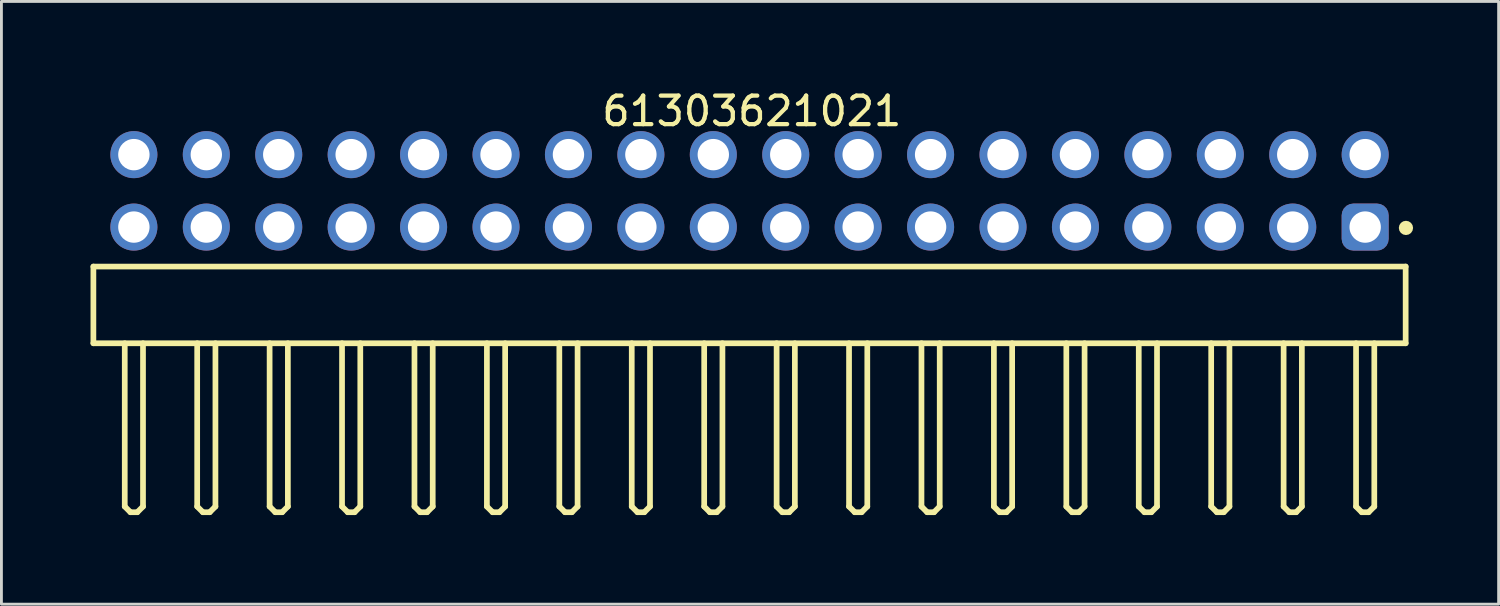
<source format=kicad_pcb>
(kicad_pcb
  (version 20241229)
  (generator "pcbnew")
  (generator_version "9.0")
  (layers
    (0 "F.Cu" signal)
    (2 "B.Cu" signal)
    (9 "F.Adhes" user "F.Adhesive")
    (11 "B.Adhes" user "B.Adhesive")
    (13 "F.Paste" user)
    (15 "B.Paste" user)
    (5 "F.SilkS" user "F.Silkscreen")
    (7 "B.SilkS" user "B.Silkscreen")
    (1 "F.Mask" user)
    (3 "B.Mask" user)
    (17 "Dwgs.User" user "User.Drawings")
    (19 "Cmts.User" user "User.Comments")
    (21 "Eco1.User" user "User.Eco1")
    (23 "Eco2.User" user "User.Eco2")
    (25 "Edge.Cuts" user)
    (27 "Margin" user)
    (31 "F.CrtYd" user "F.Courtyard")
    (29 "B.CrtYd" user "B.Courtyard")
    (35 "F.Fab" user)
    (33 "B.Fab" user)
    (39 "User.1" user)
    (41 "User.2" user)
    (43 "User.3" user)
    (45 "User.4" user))
  (footprint "61303621021"
    (layer "F.Cu")
    (at 23.235 7.643)
    (property "Reference" "61303621021" (at 0.08 -6.795 0) (layer "F.SilkS") (effects (font (size 1 1) (thickness 0.15))))
    (fp_line (start -23.01 -1.345) (end 23.01 -1.345) (stroke (width 0.2) (type solid)) (layer "F.SilkS"))
    (fp_line (start -23.01 1.345) (end -23.01 -1.345) (stroke (width 0.2) (type solid)) (layer "F.SilkS"))
    (fp_line (start -23.01 1.345) (end 23.01 1.345) (stroke (width 0.2) (type solid)) (layer "F.SilkS"))
    (fp_line (start -21.91 7.07) (end -21.91 1.345) (stroke (width 0.2) (type solid)) (layer "F.SilkS"))
    (fp_line (start -21.91 7.07) (end -21.71 7.27) (stroke (width 0.2) (type solid)) (layer "F.SilkS"))
    (fp_line (start -21.71 7.27) (end -21.47 7.27) (stroke (width 0.2) (type solid)) (layer "F.SilkS"))
    (fp_line (start -21.47 7.27) (end -21.27 7.07) (stroke (width 0.2) (type solid)) (layer "F.SilkS"))
    (fp_line (start -21.27 7.07) (end -21.27 1.345) (stroke (width 0.2) (type solid)) (layer "F.SilkS"))
    (fp_line (start -19.37 7.07) (end -19.37 1.345) (stroke (width 0.2) (type solid)) (layer "F.SilkS"))
    (fp_line (start -19.37 7.07) (end -19.17 7.27) (stroke (width 0.2) (type solid)) (layer "F.SilkS"))
    (fp_line (start -19.17 7.27) (end -18.93 7.27) (stroke (width 0.2) (type solid)) (layer "F.SilkS"))
    (fp_line (start -18.93 7.27) (end -18.73 7.07) (stroke (width 0.2) (type solid)) (layer "F.SilkS"))
    (fp_line (start -18.73 7.07) (end -18.73 1.345) (stroke (width 0.2) (type solid)) (layer "F.SilkS"))
    (fp_line (start -16.83 7.07) (end -16.83 1.345) (stroke (width 0.2) (type solid)) (layer "F.SilkS"))
    (fp_line (start -16.83 7.07) (end -16.63 7.27) (stroke (width 0.2) (type solid)) (layer "F.SilkS"))
    (fp_line (start -16.63 7.27) (end -16.39 7.27) (stroke (width 0.2) (type solid)) (layer "F.SilkS"))
    (fp_line (start -16.39 7.27) (end -16.19 7.07) (stroke (width 0.2) (type solid)) (layer "F.SilkS"))
    (fp_line (start -16.19 7.07) (end -16.19 1.345) (stroke (width 0.2) (type solid)) (layer "F.SilkS"))
    (fp_line (start -14.29 7.07) (end -14.29 1.345) (stroke (width 0.2) (type solid)) (layer "F.SilkS"))
    (fp_line (start -14.29 7.07) (end -14.09 7.27) (stroke (width 0.2) (type solid)) (layer "F.SilkS"))
    (fp_line (start -14.09 7.27) (end -13.85 7.27) (stroke (width 0.2) (type solid)) (layer "F.SilkS"))
    (fp_line (start -13.85 7.27) (end -13.65 7.07) (stroke (width 0.2) (type solid)) (layer "F.SilkS"))
    (fp_line (start -13.65 7.07) (end -13.65 1.345) (stroke (width 0.2) (type solid)) (layer "F.SilkS"))
    (fp_line (start -11.75 7.07) (end -11.75 1.345) (stroke (width 0.2) (type solid)) (layer "F.SilkS"))
    (fp_line (start -11.75 7.07) (end -11.55 7.27) (stroke (width 0.2) (type solid)) (layer "F.SilkS"))
    (fp_line (start -11.55 7.27) (end -11.31 7.27) (stroke (width 0.2) (type solid)) (layer "F.SilkS"))
    (fp_line (start -11.31 7.27) (end -11.11 7.07) (stroke (width 0.2) (type solid)) (layer "F.SilkS"))
    (fp_line (start -11.11 7.07) (end -11.11 1.345) (stroke (width 0.2) (type solid)) (layer "F.SilkS"))
    (fp_line (start -9.21 7.07) (end -9.21 1.345) (stroke (width 0.2) (type solid)) (layer "F.SilkS"))
    (fp_line (start -9.21 7.07) (end -9.01 7.27) (stroke (width 0.2) (type solid)) (layer "F.SilkS"))
    (fp_line (start -9.01 7.27) (end -8.77 7.27) (stroke (width 0.2) (type solid)) (layer "F.SilkS"))
    (fp_line (start -8.77 7.27) (end -8.57 7.07) (stroke (width 0.2) (type solid)) (layer "F.SilkS"))
    (fp_line (start -8.57 7.07) (end -8.57 1.345) (stroke (width 0.2) (type solid)) (layer "F.SilkS"))
    (fp_line (start -6.67 7.07) (end -6.67 1.345) (stroke (width 0.2) (type solid)) (layer "F.SilkS"))
    (fp_line (start -6.67 7.07) (end -6.47 7.27) (stroke (width 0.2) (type solid)) (layer "F.SilkS"))
    (fp_line (start -6.47 7.27) (end -6.23 7.27) (stroke (width 0.2) (type solid)) (layer "F.SilkS"))
    (fp_line (start -6.23 7.27) (end -6.03 7.07) (stroke (width 0.2) (type solid)) (layer "F.SilkS"))
    (fp_line (start -6.03 7.07) (end -6.03 1.345) (stroke (width 0.2) (type solid)) (layer "F.SilkS"))
    (fp_line (start -4.13 7.07) (end -4.13 1.345) (stroke (width 0.2) (type solid)) (layer "F.SilkS"))
    (fp_line (start -4.13 7.07) (end -3.93 7.27) (stroke (width 0.2) (type solid)) (layer "F.SilkS"))
    (fp_line (start -3.93 7.27) (end -3.69 7.27) (stroke (width 0.2) (type solid)) (layer "F.SilkS"))
    (fp_line (start -3.69 7.27) (end -3.49 7.07) (stroke (width 0.2) (type solid)) (layer "F.SilkS"))
    (fp_line (start -3.49 7.07) (end -3.49 1.345) (stroke (width 0.2) (type solid)) (layer "F.SilkS"))
    (fp_line (start -1.59 7.07) (end -1.59 1.345) (stroke (width 0.2) (type solid)) (layer "F.SilkS"))
    (fp_line (start -1.59 7.07) (end -1.39 7.27) (stroke (width 0.2) (type solid)) (layer "F.SilkS"))
    (fp_line (start -1.39 7.27) (end -1.15 7.27) (stroke (width 0.2) (type solid)) (layer "F.SilkS"))
    (fp_line (start -1.15 7.27) (end -0.95 7.07) (stroke (width 0.2) (type solid)) (layer "F.SilkS"))
    (fp_line (start -0.95 7.07) (end -0.95 1.345) (stroke (width 0.2) (type solid)) (layer "F.SilkS"))
    (fp_line (start 0.95 7.07) (end 0.95 1.345) (stroke (width 0.2) (type solid)) (layer "F.SilkS"))
    (fp_line (start 0.95 7.07) (end 1.15 7.27) (stroke (width 0.2) (type solid)) (layer "F.SilkS"))
    (fp_line (start 1.15 7.27) (end 1.39 7.27) (stroke (width 0.2) (type solid)) (layer "F.SilkS"))
    (fp_line (start 1.39 7.27) (end 1.59 7.07) (stroke (width 0.2) (type solid)) (layer "F.SilkS"))
    (fp_line (start 1.59 7.07) (end 1.59 1.345) (stroke (width 0.2) (type solid)) (layer "F.SilkS"))
    (fp_line (start 3.49 7.07) (end 3.49 1.345) (stroke (width 0.2) (type solid)) (layer "F.SilkS"))
    (fp_line (start 3.49 7.07) (end 3.69 7.27) (stroke (width 0.2) (type solid)) (layer "F.SilkS"))
    (fp_line (start 3.69 7.27) (end 3.93 7.27) (stroke (width 0.2) (type solid)) (layer "F.SilkS"))
    (fp_line (start 3.93 7.27) (end 4.13 7.07) (stroke (width 0.2) (type solid)) (layer "F.SilkS"))
    (fp_line (start 4.13 7.07) (end 4.13 1.345) (stroke (width 0.2) (type solid)) (layer "F.SilkS"))
    (fp_line (start 6.03 7.07) (end 6.03 1.345) (stroke (width 0.2) (type solid)) (layer "F.SilkS"))
    (fp_line (start 6.03 7.07) (end 6.23 7.27) (stroke (width 0.2) (type solid)) (layer "F.SilkS"))
    (fp_line (start 6.23 7.27) (end 6.47 7.27) (stroke (width 0.2) (type solid)) (layer "F.SilkS"))
    (fp_line (start 6.47 7.27) (end 6.67 7.07) (stroke (width 0.2) (type solid)) (layer "F.SilkS"))
    (fp_line (start 6.67 7.07) (end 6.67 1.345) (stroke (width 0.2) (type solid)) (layer "F.SilkS"))
    (fp_line (start 8.57 7.07) (end 8.57 1.345) (stroke (width 0.2) (type solid)) (layer "F.SilkS"))
    (fp_line (start 8.57 7.07) (end 8.77 7.27) (stroke (width 0.2) (type solid)) (layer "F.SilkS"))
    (fp_line (start 8.77 7.27) (end 9.01 7.27) (stroke (width 0.2) (type solid)) (layer "F.SilkS"))
    (fp_line (start 9.01 7.27) (end 9.21 7.07) (stroke (width 0.2) (type solid)) (layer "F.SilkS"))
    (fp_line (start 9.21 7.07) (end 9.21 1.345) (stroke (width 0.2) (type solid)) (layer "F.SilkS"))
    (fp_line (start 11.11 7.07) (end 11.11 1.345) (stroke (width 0.2) (type solid)) (layer "F.SilkS"))
    (fp_line (start 11.11 7.07) (end 11.31 7.27) (stroke (width 0.2) (type solid)) (layer "F.SilkS"))
    (fp_line (start 11.31 7.27) (end 11.55 7.27) (stroke (width 0.2) (type solid)) (layer "F.SilkS"))
    (fp_line (start 11.55 7.27) (end 11.75 7.07) (stroke (width 0.2) (type solid)) (layer "F.SilkS"))
    (fp_line (start 11.75 7.07) (end 11.75 1.345) (stroke (width 0.2) (type solid)) (layer "F.SilkS"))
    (fp_line (start 13.65 7.07) (end 13.65 1.345) (stroke (width 0.2) (type solid)) (layer "F.SilkS"))
    (fp_line (start 13.65 7.07) (end 13.85 7.27) (stroke (width 0.2) (type solid)) (layer "F.SilkS"))
    (fp_line (start 13.85 7.27) (end 14.09 7.27) (stroke (width 0.2) (type solid)) (layer "F.SilkS"))
    (fp_line (start 14.09 7.27) (end 14.29 7.07) (stroke (width 0.2) (type solid)) (layer "F.SilkS"))
    (fp_line (start 14.29 7.07) (end 14.29 1.345) (stroke (width 0.2) (type solid)) (layer "F.SilkS"))
    (fp_line (start 16.19 7.07) (end 16.19 1.345) (stroke (width 0.2) (type solid)) (layer "F.SilkS"))
    (fp_line (start 16.19 7.07) (end 16.39 7.27) (stroke (width 0.2) (type solid)) (layer "F.SilkS"))
    (fp_line (start 16.39 7.27) (end 16.63 7.27) (stroke (width 0.2) (type solid)) (layer "F.SilkS"))
    (fp_line (start 16.63 7.27) (end 16.83 7.07) (stroke (width 0.2) (type solid)) (layer "F.SilkS"))
    (fp_line (start 16.83 7.07) (end 16.83 1.345) (stroke (width 0.2) (type solid)) (layer "F.SilkS"))
    (fp_line (start 18.73 7.07) (end 18.73 1.345) (stroke (width 0.2) (type solid)) (layer "F.SilkS"))
    (fp_line (start 18.73 7.07) (end 18.93 7.27) (stroke (width 0.2) (type solid)) (layer "F.SilkS"))
    (fp_line (start 18.93 7.27) (end 19.17 7.27) (stroke (width 0.2) (type solid)) (layer "F.SilkS"))
    (fp_line (start 19.17 7.27) (end 19.37 7.07) (stroke (width 0.2) (type solid)) (layer "F.SilkS"))
    (fp_line (start 19.37 7.07) (end 19.37 1.345) (stroke (width 0.2) (type solid)) (layer "F.SilkS"))
    (fp_line (start 21.27 7.07) (end 21.27 1.345) (stroke (width 0.2) (type solid)) (layer "F.SilkS"))
    (fp_line (start 21.27 7.07) (end 21.47 7.27) (stroke (width 0.2) (type solid)) (layer "F.SilkS"))
    (fp_line (start 21.47 7.27) (end 21.71 7.27) (stroke (width 0.2) (type solid)) (layer "F.SilkS"))
    (fp_line (start 21.71 7.27) (end 21.91 7.07) (stroke (width 0.2) (type solid)) (layer "F.SilkS"))
    (fp_line (start 21.91 7.07) (end 21.91 1.345) (stroke (width 0.2) (type solid)) (layer "F.SilkS"))
    (fp_line (start 23.01 1.345) (end 23.01 -1.345) (stroke (width 0.2) (type solid)) (layer "F.SilkS"))
    (fp_circle (center 23.02 -2.7) (end 23.02 -2.825) (stroke (width 0.25) (type solid)) (fill no) (layer "F.SilkS"))
    (fp_line (start -23.21 -6.295) (end 23.21 -6.295) (stroke (width 0.05) (type solid)) (layer "Eco2.User"))
    (fp_line (start -23.21 7.47) (end -23.21 -6.295) (stroke (width 0.05) (type solid)) (layer "Eco2.User"))
    (fp_line (start -23.21 7.47) (end 23.21 7.47) (stroke (width 0.05) (type solid)) (layer "Eco2.User"))
    (fp_line (start -22.86 -1.27) (end 22.86 -1.27) (stroke (width 0.1) (type solid)) (layer "Eco2.User"))
    (fp_line (start -22.86 1.27) (end -22.86 -1.27) (stroke (width 0.1) (type solid)) (layer "Eco2.User"))
    (fp_line (start -22.86 1.27) (end 22.86 1.27) (stroke (width 0.1) (type solid)) (layer "Eco2.User"))
    (fp_line (start -21.91 -5.63) (end -21.27 -5.63) (stroke (width 0.1) (type solid)) (layer "Eco2.User"))
    (fp_line (start -21.91 -3.09) (end -21.27 -3.09) (stroke (width 0.1) (type solid)) (layer "Eco2.User"))
    (fp_line (start -21.91 -1.27) (end -21.91 -5.63) (stroke (width 0.1) (type solid)) (layer "Eco2.User"))
    (fp_line (start -21.91 7.07) (end -21.91 1.27) (stroke (width 0.1) (type solid)) (layer "Eco2.User"))
    (fp_line (start -21.91 7.07) (end -21.71 7.27) (stroke (width 0.1) (type solid)) (layer "Eco2.User"))
    (fp_line (start -21.71 7.27) (end -21.47 7.27) (stroke (width 0.1) (type solid)) (layer "Eco2.User"))
    (fp_line (start -21.47 7.27) (end -21.27 7.07) (stroke (width 0.1) (type solid)) (layer "Eco2.User"))
    (fp_line (start -21.27 -1.27) (end -21.27 -5.63) (stroke (width 0.1) (type solid)) (layer "Eco2.User"))
    (fp_line (start -21.27 7.07) (end -21.27 1.27) (stroke (width 0.1) (type solid)) (layer "Eco2.User"))
    (fp_line (start -19.37 -5.63) (end -18.73 -5.63) (stroke (width 0.1) (type solid)) (layer "Eco2.User"))
    (fp_line (start -19.37 -3.09) (end -18.73 -3.09) (stroke (width 0.1) (type solid)) (layer "Eco2.User"))
    (fp_line (start -19.37 -1.27) (end -19.37 -5.63) (stroke (width 0.1) (type solid)) (layer "Eco2.User"))
    (fp_line (start -19.37 7.07) (end -19.37 1.27) (stroke (width 0.1) (type solid)) (layer "Eco2.User"))
    (fp_line (start -19.37 7.07) (end -19.17 7.27) (stroke (width 0.1) (type solid)) (layer "Eco2.User"))
    (fp_line (start -19.17 7.27) (end -18.93 7.27) (stroke (width 0.1) (type solid)) (layer "Eco2.User"))
    (fp_line (start -18.93 7.27) (end -18.73 7.07) (stroke (width 0.1) (type solid)) (layer "Eco2.User"))
    (fp_line (start -18.73 -1.27) (end -18.73 -5.63) (stroke (width 0.1) (type solid)) (layer "Eco2.User"))
    (fp_line (start -18.73 7.07) (end -18.73 1.27) (stroke (width 0.1) (type solid)) (layer "Eco2.User"))
    (fp_line (start -16.83 -5.63) (end -16.19 -5.63) (stroke (width 0.1) (type solid)) (layer "Eco2.User"))
    (fp_line (start -16.83 -3.09) (end -16.19 -3.09) (stroke (width 0.1) (type solid)) (layer "Eco2.User"))
    (fp_line (start -16.83 -1.27) (end -16.83 -5.63) (stroke (width 0.1) (type solid)) (layer "Eco2.User"))
    (fp_line (start -16.83 7.07) (end -16.83 1.27) (stroke (width 0.1) (type solid)) (layer "Eco2.User"))
    (fp_line (start -16.83 7.07) (end -16.63 7.27) (stroke (width 0.1) (type solid)) (layer "Eco2.User"))
    (fp_line (start -16.63 7.27) (end -16.39 7.27) (stroke (width 0.1) (type solid)) (layer "Eco2.User"))
    (fp_line (start -16.39 7.27) (end -16.19 7.07) (stroke (width 0.1) (type solid)) (layer "Eco2.User"))
    (fp_line (start -16.19 -1.27) (end -16.19 -5.63) (stroke (width 0.1) (type solid)) (layer "Eco2.User"))
    (fp_line (start -16.19 7.07) (end -16.19 1.27) (stroke (width 0.1) (type solid)) (layer "Eco2.User"))
    (fp_line (start -14.29 -5.63) (end -13.65 -5.63) (stroke (width 0.1) (type solid)) (layer "Eco2.User"))
    (fp_line (start -14.29 -3.09) (end -13.65 -3.09) (stroke (width 0.1) (type solid)) (layer "Eco2.User"))
    (fp_line (start -14.29 -1.27) (end -14.29 -5.63) (stroke (width 0.1) (type solid)) (layer "Eco2.User"))
    (fp_line (start -14.29 7.07) (end -14.29 1.27) (stroke (width 0.1) (type solid)) (layer "Eco2.User"))
    (fp_line (start -14.29 7.07) (end -14.09 7.27) (stroke (width 0.1) (type solid)) (layer "Eco2.User"))
    (fp_line (start -14.09 7.27) (end -13.85 7.27) (stroke (width 0.1) (type solid)) (layer "Eco2.User"))
    (fp_line (start -13.85 7.27) (end -13.65 7.07) (stroke (width 0.1) (type solid)) (layer "Eco2.User"))
    (fp_line (start -13.65 -1.27) (end -13.65 -5.63) (stroke (width 0.1) (type solid)) (layer "Eco2.User"))
    (fp_line (start -13.65 7.07) (end -13.65 1.27) (stroke (width 0.1) (type solid)) (layer "Eco2.User"))
    (fp_line (start -11.75 -5.63) (end -11.11 -5.63) (stroke (width 0.1) (type solid)) (layer "Eco2.User"))
    (fp_line (start -11.75 -3.09) (end -11.11 -3.09) (stroke (width 0.1) (type solid)) (layer "Eco2.User"))
    (fp_line (start -11.75 -1.27) (end -11.75 -5.63) (stroke (width 0.1) (type solid)) (layer "Eco2.User"))
    (fp_line (start -11.75 7.07) (end -11.75 1.27) (stroke (width 0.1) (type solid)) (layer "Eco2.User"))
    (fp_line (start -11.75 7.07) (end -11.55 7.27) (stroke (width 0.1) (type solid)) (layer "Eco2.User"))
    (fp_line (start -11.55 7.27) (end -11.31 7.27) (stroke (width 0.1) (type solid)) (layer "Eco2.User"))
    (fp_line (start -11.31 7.27) (end -11.11 7.07) (stroke (width 0.1) (type solid)) (layer "Eco2.User"))
    (fp_line (start -11.11 -1.27) (end -11.11 -5.63) (stroke (width 0.1) (type solid)) (layer "Eco2.User"))
    (fp_line (start -11.11 7.07) (end -11.11 1.27) (stroke (width 0.1) (type solid)) (layer "Eco2.User"))
    (fp_line (start -9.21 -5.63) (end -8.57 -5.63) (stroke (width 0.1) (type solid)) (layer "Eco2.User"))
    (fp_line (start -9.21 -3.09) (end -8.57 -3.09) (stroke (width 0.1) (type solid)) (layer "Eco2.User"))
    (fp_line (start -9.21 -1.27) (end -9.21 -5.63) (stroke (width 0.1) (type solid)) (layer "Eco2.User"))
    (fp_line (start -9.21 7.07) (end -9.21 1.27) (stroke (width 0.1) (type solid)) (layer "Eco2.User"))
    (fp_line (start -9.21 7.07) (end -9.01 7.27) (stroke (width 0.1) (type solid)) (layer "Eco2.User"))
    (fp_line (start -9.01 7.27) (end -8.77 7.27) (stroke (width 0.1) (type solid)) (layer "Eco2.User"))
    (fp_line (start -8.77 7.27) (end -8.57 7.07) (stroke (width 0.1) (type solid)) (layer "Eco2.User"))
    (fp_line (start -8.57 -1.27) (end -8.57 -5.63) (stroke (width 0.1) (type solid)) (layer "Eco2.User"))
    (fp_line (start -8.57 7.07) (end -8.57 1.27) (stroke (width 0.1) (type solid)) (layer "Eco2.User"))
    (fp_line (start -6.67 -5.63) (end -6.03 -5.63) (stroke (width 0.1) (type solid)) (layer "Eco2.User"))
    (fp_line (start -6.67 -3.09) (end -6.03 -3.09) (stroke (width 0.1) (type solid)) (layer "Eco2.User"))
    (fp_line (start -6.67 -3.09) (end -6.03 -3.09) (stroke (width 0.1) (type solid)) (layer "Eco2.User"))
    (fp_line (start -6.67 -1.27) (end -6.67 -5.63) (stroke (width 0.1) (type solid)) (layer "Eco2.User"))
    (fp_line (start -6.67 7.07) (end -6.67 1.27) (stroke (width 0.1) (type solid)) (layer "Eco2.User"))
    (fp_line (start -6.67 7.07) (end -6.47 7.27) (stroke (width 0.1) (type solid)) (layer "Eco2.User"))
    (fp_line (start -6.47 7.27) (end -6.23 7.27) (stroke (width 0.1) (type solid)) (layer "Eco2.User"))
    (fp_line (start -6.23 7.27) (end -6.03 7.07) (stroke (width 0.1) (type solid)) (layer "Eco2.User"))
    (fp_line (start -6.03 -1.27) (end -6.03 -5.63) (stroke (width 0.1) (type solid)) (layer "Eco2.User"))
    (fp_line (start -6.03 7.07) (end -6.03 1.27) (stroke (width 0.1) (type solid)) (layer "Eco2.User"))
    (fp_line (start -4.13 -5.63) (end -3.49 -5.63) (stroke (width 0.1) (type solid)) (layer "Eco2.User"))
    (fp_line (start -4.13 -3.09) (end -3.49 -3.09) (stroke (width 0.1) (type solid)) (layer "Eco2.User"))
    (fp_line (start -4.13 -1.27) (end -4.13 -5.63) (stroke (width 0.1) (type solid)) (layer "Eco2.User"))
    (fp_line (start -4.13 7.07) (end -4.13 1.27) (stroke (width 0.1) (type solid)) (layer "Eco2.User"))
    (fp_line (start -4.13 7.07) (end -3.93 7.27) (stroke (width 0.1) (type solid)) (layer "Eco2.User"))
    (fp_line (start -3.93 7.27) (end -3.69 7.27) (stroke (width 0.1) (type solid)) (layer "Eco2.User"))
    (fp_line (start -3.69 7.27) (end -3.49 7.07) (stroke (width 0.1) (type solid)) (layer "Eco2.User"))
    (fp_line (start -3.49 -1.27) (end -3.49 -5.63) (stroke (width 0.1) (type solid)) (layer "Eco2.User"))
    (fp_line (start -3.49 7.07) (end -3.49 1.27) (stroke (width 0.1) (type solid)) (layer "Eco2.User"))
    (fp_line (start -1.59 -5.63) (end -0.95 -5.63) (stroke (width 0.1) (type solid)) (layer "Eco2.User"))
    (fp_line (start -1.59 -3.09) (end -0.95 -3.09) (stroke (width 0.1) (type solid)) (layer "Eco2.User"))
    (fp_line (start -1.59 -1.27) (end -1.59 -5.63) (stroke (width 0.1) (type solid)) (layer "Eco2.User"))
    (fp_line (start -1.59 7.07) (end -1.59 1.27) (stroke (width 0.1) (type solid)) (layer "Eco2.User"))
    (fp_line (start -1.59 7.07) (end -1.39 7.27) (stroke (width 0.1) (type solid)) (layer "Eco2.User"))
    (fp_line (start -1.39 7.27) (end -1.15 7.27) (stroke (width 0.1) (type solid)) (layer "Eco2.User"))
    (fp_line (start -1.15 7.27) (end -0.95 7.07) (stroke (width 0.1) (type solid)) (layer "Eco2.User"))
    (fp_line (start -0.95 -1.27) (end -0.95 -5.63) (stroke (width 0.1) (type solid)) (layer "Eco2.User"))
    (fp_line (start -0.95 7.07) (end -0.95 1.27) (stroke (width 0.1) (type solid)) (layer "Eco2.User"))
    (fp_line (start -0.5 0) (end 0.5 0) (stroke (width 0.05) (type solid)) (layer "Eco2.User"))
    (fp_line (start 0 0.5) (end 0 -0.5) (stroke (width 0.05) (type solid)) (layer "Eco2.User"))
    (fp_line (start 0.95 -5.63) (end 1.59 -5.63) (stroke (width 0.1) (type solid)) (layer "Eco2.User"))
    (fp_line (start 0.95 -3.09) (end 1.59 -3.09) (stroke (width 0.1) (type solid)) (layer "Eco2.User"))
    (fp_line (start 0.95 -1.27) (end 0.95 -5.63) (stroke (width 0.1) (type solid)) (layer "Eco2.User"))
    (fp_line (start 0.95 7.07) (end 0.95 1.27) (stroke (width 0.1) (type solid)) (layer "Eco2.User"))
    (fp_line (start 0.95 7.07) (end 1.15 7.27) (stroke (width 0.1) (type solid)) (layer "Eco2.User"))
    (fp_line (start 1.15 7.27) (end 1.39 7.27) (stroke (width 0.1) (type solid)) (layer "Eco2.User"))
    (fp_line (start 1.39 7.27) (end 1.59 7.07) (stroke (width 0.1) (type solid)) (layer "Eco2.User"))
    (fp_line (start 1.59 -1.27) (end 1.59 -5.63) (stroke (width 0.1) (type solid)) (layer "Eco2.User"))
    (fp_line (start 1.59 7.07) (end 1.59 1.27) (stroke (width 0.1) (type solid)) (layer "Eco2.User"))
    (fp_line (start 3.49 -5.63) (end 4.13 -5.63) (stroke (width 0.1) (type solid)) (layer "Eco2.User"))
    (fp_line (start 3.49 -3.09) (end 4.13 -3.09) (stroke (width 0.1) (type solid)) (layer "Eco2.User"))
    (fp_line (start 3.49 -1.27) (end 3.49 -5.63) (stroke (width 0.1) (type solid)) (layer "Eco2.User"))
    (fp_line (start 3.49 7.07) (end 3.49 1.27) (stroke (width 0.1) (type solid)) (layer "Eco2.User"))
    (fp_line (start 3.49 7.07) (end 3.69 7.27) (stroke (width 0.1) (type solid)) (layer "Eco2.User"))
    (fp_line (start 3.69 7.27) (end 3.93 7.27) (stroke (width 0.1) (type solid)) (layer "Eco2.User"))
    (fp_line (start 3.93 7.27) (end 4.13 7.07) (stroke (width 0.1) (type solid)) (layer "Eco2.User"))
    (fp_line (start 4.13 -1.27) (end 4.13 -5.63) (stroke (width 0.1) (type solid)) (layer "Eco2.User"))
    (fp_line (start 4.13 7.07) (end 4.13 1.27) (stroke (width 0.1) (type solid)) (layer "Eco2.User"))
    (fp_line (start 6.03 -5.63) (end 6.67 -5.63) (stroke (width 0.1) (type solid)) (layer "Eco2.User"))
    (fp_line (start 6.03 -3.09) (end 6.67 -3.09) (stroke (width 0.1) (type solid)) (layer "Eco2.User"))
    (fp_line (start 6.03 -1.27) (end 6.03 -5.63) (stroke (width 0.1) (type solid)) (layer "Eco2.User"))
    (fp_line (start 6.03 7.07) (end 6.03 1.27) (stroke (width 0.1) (type solid)) (layer "Eco2.User"))
    (fp_line (start 6.03 7.07) (end 6.23 7.27) (stroke (width 0.1) (type solid)) (layer "Eco2.User"))
    (fp_line (start 6.23 7.27) (end 6.47 7.27) (stroke (width 0.1) (type solid)) (layer "Eco2.User"))
    (fp_line (start 6.47 7.27) (end 6.67 7.07) (stroke (width 0.1) (type solid)) (layer "Eco2.User"))
    (fp_line (start 6.67 -1.27) (end 6.67 -5.63) (stroke (width 0.1) (type solid)) (layer "Eco2.User"))
    (fp_line (start 6.67 7.07) (end 6.67 1.27) (stroke (width 0.1) (type solid)) (layer "Eco2.User"))
    (fp_line (start 8.57 -5.63) (end 9.21 -5.63) (stroke (width 0.1) (type solid)) (layer "Eco2.User"))
    (fp_line (start 8.57 -3.09) (end 9.21 -3.09) (stroke (width 0.1) (type solid)) (layer "Eco2.User"))
    (fp_line (start 8.57 -1.27) (end 8.57 -5.63) (stroke (width 0.1) (type solid)) (layer "Eco2.User"))
    (fp_line (start 8.57 7.07) (end 8.57 1.27) (stroke (width 0.1) (type solid)) (layer "Eco2.User"))
    (fp_line (start 8.57 7.07) (end 8.77 7.27) (stroke (width 0.1) (type solid)) (layer "Eco2.User"))
    (fp_line (start 8.77 7.27) (end 9.01 7.27) (stroke (width 0.1) (type solid)) (layer "Eco2.User"))
    (fp_line (start 9.01 7.27) (end 9.21 7.07) (stroke (width 0.1) (type solid)) (layer "Eco2.User"))
    (fp_line (start 9.21 -1.27) (end 9.21 -5.63) (stroke (width 0.1) (type solid)) (layer "Eco2.User"))
    (fp_line (start 9.21 7.07) (end 9.21 1.27) (stroke (width 0.1) (type solid)) (layer "Eco2.User"))
    (fp_line (start 11.11 -5.63) (end 11.75 -5.63) (stroke (width 0.1) (type solid)) (layer "Eco2.User"))
    (fp_line (start 11.11 -3.09) (end 11.75 -3.09) (stroke (width 0.1) (type solid)) (layer "Eco2.User"))
    (fp_line (start 11.11 -1.27) (end 11.11 -5.63) (stroke (width 0.1) (type solid)) (layer "Eco2.User"))
    (fp_line (start 11.11 7.07) (end 11.11 1.27) (stroke (width 0.1) (type solid)) (layer "Eco2.User"))
    (fp_line (start 11.11 7.07) (end 11.31 7.27) (stroke (width 0.1) (type solid)) (layer "Eco2.User"))
    (fp_line (start 11.31 7.27) (end 11.55 7.27) (stroke (width 0.1) (type solid)) (layer "Eco2.User"))
    (fp_line (start 11.55 7.27) (end 11.75 7.07) (stroke (width 0.1) (type solid)) (layer "Eco2.User"))
    (fp_line (start 11.75 -1.27) (end 11.75 -5.63) (stroke (width 0.1) (type solid)) (layer "Eco2.User"))
    (fp_line (start 11.75 7.07) (end 11.75 1.27) (stroke (width 0.1) (type solid)) (layer "Eco2.User"))
    (fp_line (start 13.65 -5.63) (end 14.29 -5.63) (stroke (width 0.1) (type solid)) (layer "Eco2.User"))
    (fp_line (start 13.65 -3.09) (end 14.29 -3.09) (stroke (width 0.1) (type solid)) (layer "Eco2.User"))
    (fp_line (start 13.65 -1.27) (end 13.65 -5.63) (stroke (width 0.1) (type solid)) (layer "Eco2.User"))
    (fp_line (start 13.65 7.07) (end 13.65 1.27) (stroke (width 0.1) (type solid)) (layer "Eco2.User"))
    (fp_line (start 13.65 7.07) (end 13.85 7.27) (stroke (width 0.1) (type solid)) (layer "Eco2.User"))
    (fp_line (start 13.85 7.27) (end 14.09 7.27) (stroke (width 0.1) (type solid)) (layer "Eco2.User"))
    (fp_line (start 14.09 7.27) (end 14.29 7.07) (stroke (width 0.1) (type solid)) (layer "Eco2.User"))
    (fp_line (start 14.29 -1.27) (end 14.29 -5.63) (stroke (width 0.1) (type solid)) (layer "Eco2.User"))
    (fp_line (start 14.29 7.07) (end 14.29 1.27) (stroke (width 0.1) (type solid)) (layer "Eco2.User"))
    (fp_line (start 16.19 -5.63) (end 16.83 -5.63) (stroke (width 0.1) (type solid)) (layer "Eco2.User"))
    (fp_line (start 16.19 -3.09) (end 16.83 -3.09) (stroke (width 0.1) (type solid)) (layer "Eco2.User"))
    (fp_line (start 16.19 -1.27) (end 16.19 -5.63) (stroke (width 0.1) (type solid)) (layer "Eco2.User"))
    (fp_line (start 16.19 7.07) (end 16.19 1.27) (stroke (width 0.1) (type solid)) (layer "Eco2.User"))
    (fp_line (start 16.19 7.07) (end 16.39 7.27) (stroke (width 0.1) (type solid)) (layer "Eco2.User"))
    (fp_line (start 16.39 7.27) (end 16.63 7.27) (stroke (width 0.1) (type solid)) (layer "Eco2.User"))
    (fp_line (start 16.63 7.27) (end 16.83 7.07) (stroke (width 0.1) (type solid)) (layer "Eco2.User"))
    (fp_line (start 16.83 -1.27) (end 16.83 -5.63) (stroke (width 0.1) (type solid)) (layer "Eco2.User"))
    (fp_line (start 16.83 7.07) (end 16.83 1.27) (stroke (width 0.1) (type solid)) (layer "Eco2.User"))
    (fp_line (start 18.73 -5.63) (end 19.37 -5.63) (stroke (width 0.1) (type solid)) (layer "Eco2.User"))
    (fp_line (start 18.73 -3.09) (end 19.37 -3.09) (stroke (width 0.1) (type solid)) (layer "Eco2.User"))
    (fp_line (start 18.73 -1.27) (end 18.73 -5.63) (stroke (width 0.1) (type solid)) (layer "Eco2.User"))
    (fp_line (start 18.73 7.07) (end 18.73 1.27) (stroke (width 0.1) (type solid)) (layer "Eco2.User"))
    (fp_line (start 18.73 7.07) (end 18.93 7.27) (stroke (width 0.1) (type solid)) (layer "Eco2.User"))
    (fp_line (start 18.93 7.27) (end 19.17 7.27) (stroke (width 0.1) (type solid)) (layer "Eco2.User"))
    (fp_line (start 19.17 7.27) (end 19.37 7.07) (stroke (width 0.1) (type solid)) (layer "Eco2.User"))
    (fp_line (start 19.37 -1.27) (end 19.37 -5.63) (stroke (width 0.1) (type solid)) (layer "Eco2.User"))
    (fp_line (start 19.37 7.07) (end 19.37 1.27) (stroke (width 0.1) (type solid)) (layer "Eco2.User"))
    (fp_line (start 21.27 -5.63) (end 21.91 -5.63) (stroke (width 0.1) (type solid)) (layer "Eco2.User"))
    (fp_line (start 21.27 -3.09) (end 21.91 -3.09) (stroke (width 0.1) (type solid)) (layer "Eco2.User"))
    (fp_line (start 21.27 -1.27) (end 21.27 -5.63) (stroke (width 0.1) (type solid)) (layer "Eco2.User"))
    (fp_line (start 21.27 7.07) (end 21.27 1.27) (stroke (width 0.1) (type solid)) (layer "Eco2.User"))
    (fp_line (start 21.27 7.07) (end 21.47 7.27) (stroke (width 0.1) (type solid)) (layer "Eco2.User"))
    (fp_line (start 21.47 7.27) (end 21.71 7.27) (stroke (width 0.1) (type solid)) (layer "Eco2.User"))
    (fp_line (start 21.71 7.27) (end 21.91 7.07) (stroke (width 0.1) (type solid)) (layer "Eco2.User"))
    (fp_line (start 21.91 -1.27) (end 21.91 -5.63) (stroke (width 0.1) (type solid)) (layer "Eco2.User"))
    (fp_line (start 21.91 7.07) (end 21.91 1.27) (stroke (width 0.1) (type solid)) (layer "Eco2.User"))
    (fp_line (start 22.86 1.27) (end 22.86 -1.27) (stroke (width 0.1) (type solid)) (layer "Eco2.User"))
    (fp_line (start 23.21 7.47) (end 23.21 -6.295) (stroke (width 0.05) (type solid)) (layer "Eco2.User"))
    (fp_text user "${REFERENCE}" (at 0.15 -0.197 0) (unlocked yes) (layer "User.3") (effects (font (size 1.5 1.5) (thickness 0.15))))
    (pad "1" thru_hole roundrect (at 21.59 -2.73) (size 1.65 1.65) (drill 1.1) (layers "*.Cu" "*.Mask") (roundrect_rratio 0.25))
    (pad "2" thru_hole circle (at 21.59 -5.27) (size 1.65 1.65) (drill 1.1) (layers "*.Cu" "*.Mask"))
    (pad "3" thru_hole circle (at 19.05 -2.73) (size 1.65 1.65) (drill 1.1) (layers "*.Cu" "*.Mask"))
    (pad "4" thru_hole circle (at 19.05 -5.27) (size 1.65 1.65) (drill 1.1) (layers "*.Cu" "*.Mask"))
    (pad "5" thru_hole circle (at 16.51 -2.73) (size 1.65 1.65) (drill 1.1) (layers "*.Cu" "*.Mask"))
    (pad "6" thru_hole circle (at 16.51 -5.27) (size 1.65 1.65) (drill 1.1) (layers "*.Cu" "*.Mask"))
    (pad "7" thru_hole circle (at 13.97 -2.73) (size 1.65 1.65) (drill 1.1) (layers "*.Cu" "*.Mask"))
    (pad "8" thru_hole circle (at 13.97 -5.27) (size 1.65 1.65) (drill 1.1) (layers "*.Cu" "*.Mask"))
    (pad "9" thru_hole circle (at 11.43 -2.73) (size 1.65 1.65) (drill 1.1) (layers "*.Cu" "*.Mask"))
    (pad "10" thru_hole circle (at 11.43 -5.27) (size 1.65 1.65) (drill 1.1) (layers "*.Cu" "*.Mask"))
    (pad "11" thru_hole circle (at 8.89 -2.73) (size 1.65 1.65) (drill 1.1) (layers "*.Cu" "*.Mask"))
    (pad "12" thru_hole circle (at 8.89 -5.27) (size 1.65 1.65) (drill 1.1) (layers "*.Cu" "*.Mask"))
    (pad "13" thru_hole circle (at 6.35 -2.73) (size 1.65 1.65) (drill 1.1) (layers "*.Cu" "*.Mask"))
    (pad "14" thru_hole circle (at 6.35 -5.27) (size 1.65 1.65) (drill 1.1) (layers "*.Cu" "*.Mask"))
    (pad "15" thru_hole circle (at 3.81 -2.73) (size 1.65 1.65) (drill 1.1) (layers "*.Cu" "*.Mask"))
    (pad "16" thru_hole circle (at 3.81 -5.27) (size 1.65 1.65) (drill 1.1) (layers "*.Cu" "*.Mask"))
    (pad "17" thru_hole circle (at 1.27 -2.73) (size 1.65 1.65) (drill 1.1) (layers "*.Cu" "*.Mask"))
    (pad "18" thru_hole circle (at 1.27 -5.27) (size 1.65 1.65) (drill 1.1) (layers "*.Cu" "*.Mask"))
    (pad "19" thru_hole circle (at -1.27 -2.73) (size 1.65 1.65) (drill 1.1) (layers "*.Cu" "*.Mask"))
    (pad "20" thru_hole circle (at -1.27 -5.27) (size 1.65 1.65) (drill 1.1) (layers "*.Cu" "*.Mask"))
    (pad "21" thru_hole circle (at -3.81 -2.73) (size 1.65 1.65) (drill 1.1) (layers "*.Cu" "*.Mask"))
    (pad "22" thru_hole circle (at -3.81 -5.27) (size 1.65 1.65) (drill 1.1) (layers "*.Cu" "*.Mask"))
    (pad "23" thru_hole circle (at -6.35 -2.73) (size 1.65 1.65) (drill 1.1) (layers "*.Cu" "*.Mask"))
    (pad "24" thru_hole circle (at -6.35 -5.27) (size 1.65 1.65) (drill 1.1) (layers "*.Cu" "*.Mask"))
    (pad "25" thru_hole circle (at -8.89 -2.73) (size 1.65 1.65) (drill 1.1) (layers "*.Cu" "*.Mask"))
    (pad "26" thru_hole circle (at -8.89 -5.27) (size 1.65 1.65) (drill 1.1) (layers "*.Cu" "*.Mask"))
    (pad "27" thru_hole circle (at -11.43 -2.73) (size 1.65 1.65) (drill 1.1) (layers "*.Cu" "*.Mask"))
    (pad "28" thru_hole circle (at -11.43 -5.27) (size 1.65 1.65) (drill 1.1) (layers "*.Cu" "*.Mask"))
    (pad "29" thru_hole circle (at -13.97 -2.73) (size 1.65 1.65) (drill 1.1) (layers "*.Cu" "*.Mask"))
    (pad "30" thru_hole circle (at -13.97 -5.27) (size 1.65 1.65) (drill 1.1) (layers "*.Cu" "*.Mask"))
    (pad "31" thru_hole circle (at -16.51 -2.73) (size 1.65 1.65) (drill 1.1) (layers "*.Cu" "*.Mask"))
    (pad "32" thru_hole circle (at -16.51 -5.27) (size 1.65 1.65) (drill 1.1) (layers "*.Cu" "*.Mask"))
    (pad "33" thru_hole circle (at -19.05 -2.73) (size 1.65 1.65) (drill 1.1) (layers "*.Cu" "*.Mask"))
    (pad "34" thru_hole circle (at -19.05 -5.27) (size 1.65 1.65) (drill 1.1) (layers "*.Cu" "*.Mask"))
    (pad "35" thru_hole circle (at -21.59 -2.73) (size 1.65 1.65) (drill 1.1) (layers "*.Cu" "*.Mask"))
    (pad "36" thru_hole circle (at -21.59 -5.27) (size 1.65 1.65) (drill 1.1) (layers "*.Cu" "*.Mask")))
  (gr_rect
    (start -3 -3)
    (end 49.505 18.138)
    (stroke (width 0.1) (type default))
    (fill no)
    (layer "Edge.Cuts")))
</source>
